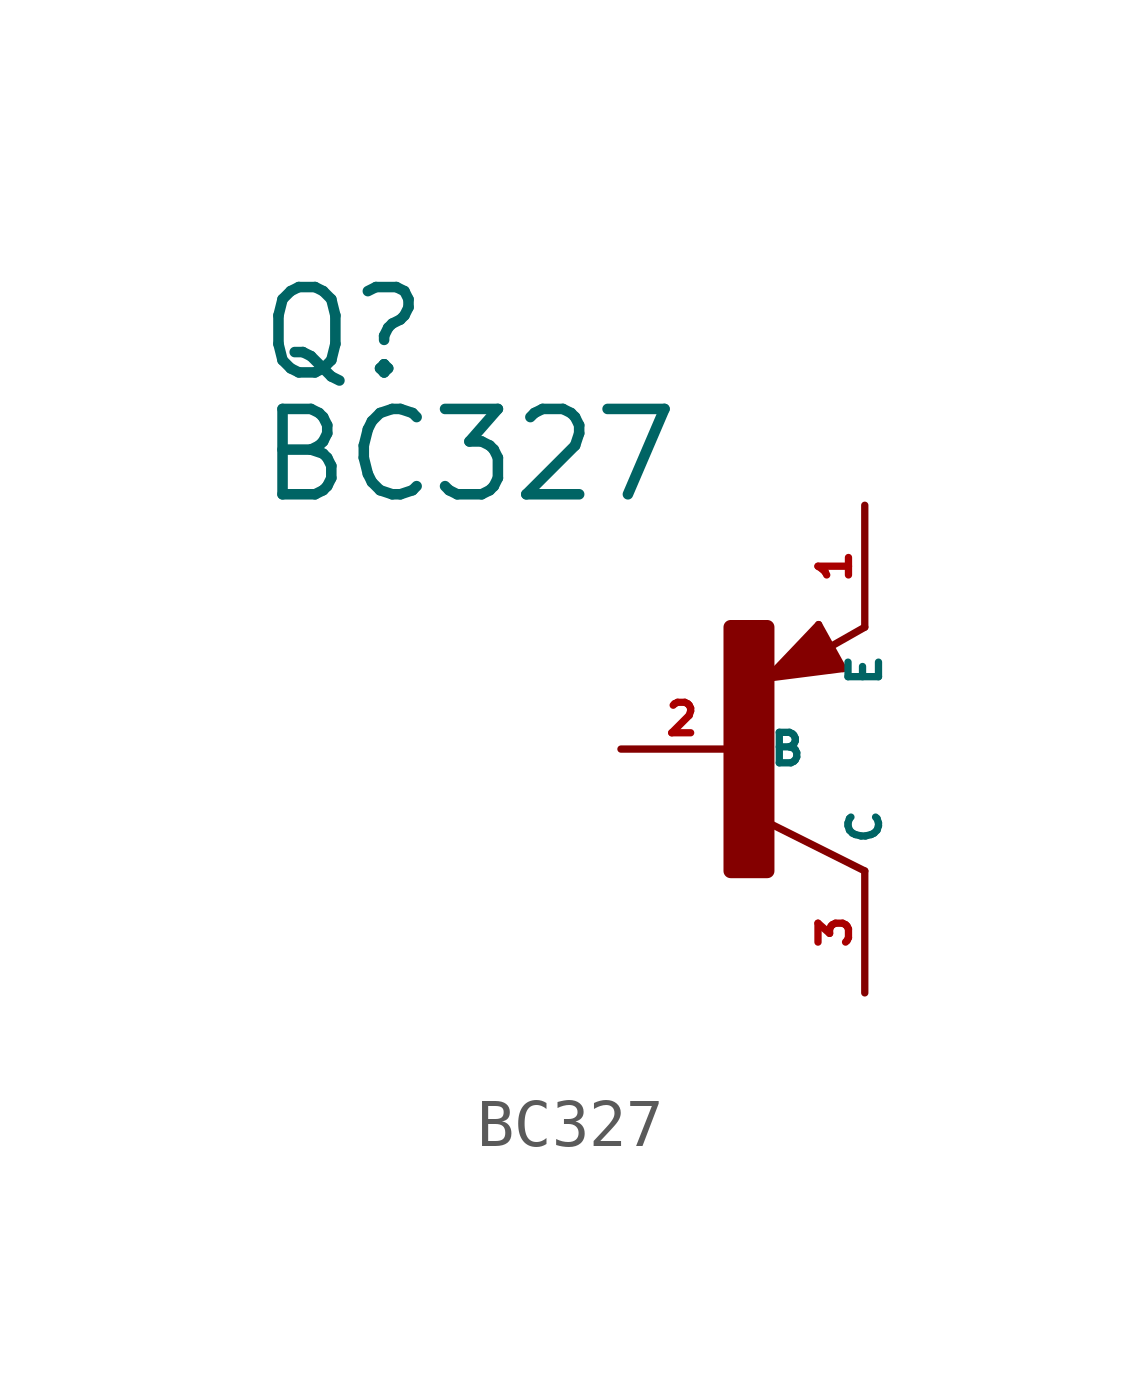
<source format=kicad_sym>
(kicad_symbol_lib
  (version 20220914)
  (generator Eagle2Kicad)
  (symbol "BC327"
    (property "Reference" "Q"
      (at -10.16 7.62 0)
      (effects (font (size 1.778 1.778) (thickness 0.22)) (justify left bottom)))
    (property "Value" "BC327"
      (at -10.16 5.08 0)
      (effects (font (size 1.778 1.778) (thickness 0.22)) (justify left bottom)))
    (polyline
      (pts (xy 2.086 1.678) (xy 1.578 2.594))
      (stroke (width 0.152) (type default))
      (fill (type none)))
    (polyline
      (pts (xy 1.578 2.594) (xy 0.516 1.478))
      (stroke (width 0.152) (type default))
      (fill (type none)))
    (polyline
      (pts (xy 0.516 1.478) (xy 2.086 1.678))
      (stroke (width 0.152) (type default))
      (fill (type none)))
    (polyline
      (pts (xy 2.54 2.54) (xy 1.808 2.124))
      (stroke (width 0.152) (type default))
      (fill (type none)))
    (polyline
      (pts (xy 2.54 -2.54) (xy 0.508 -1.524))
      (stroke (width 0.152) (type default))
      (fill (type none)))
    (polyline
      (pts (xy 1.905 1.778) (xy 1.524 2.413))
      (stroke (width 0.254) (type default))
      (fill (type none)))
    (polyline
      (pts (xy 1.524 2.413) (xy 0.762 1.651))
      (stroke (width 0.254) (type default))
      (fill (type none)))
    (polyline
      (pts (xy 0.762 1.651) (xy 1.778 1.778))
      (stroke (width 0.254) (type default))
      (fill (type none)))
    (polyline
      (pts (xy 1.778 1.778) (xy 1.524 2.159))
      (stroke (width 0.254) (type default))
      (fill (type none)))
    (polyline
      (pts (xy 1.524 2.159) (xy 1.143 1.905))
      (stroke (width 0.254) (type default))
      (fill (type none)))
    (polyline
      (pts (xy 1.143 1.905) (xy 1.524 1.905))
      (stroke (width 0.254) (type default))
      (fill (type none)))
    (rectangle
      (start -0.254 -2.54)
      (end 0.508 2.54)
      (stroke (width 0.3) (type default))
      (fill (type outline)))
    (pin passive line
      (at -2.54 0 0)
      (length 2.54)
      (name "B" (effects (font (size 0.635 0.635) (thickness 0.08)) (justify left bottom)))
      (number "2" (effects (font (size 0.635 0.635) (thickness 0.08)) (justify left bottom))))
    (pin passive line
      (at 2.54 5.08 270)
      (length 2.54)
      (name "E" (effects (font (size 0.635 0.635) (thickness 0.08)) (justify left bottom)))
      (number "1" (effects (font (size 0.635 0.635) (thickness 0.08)) (justify left bottom))))
    (pin passive line
      (at 2.54 -5.08 90)
      (length 2.54)
      (name "C" (effects (font (size 0.635 0.635) (thickness 0.08)) (justify left bottom)))
      (number "3" (effects (font (size 0.635 0.635) (thickness 0.08)) (justify left bottom))))))
</source>
